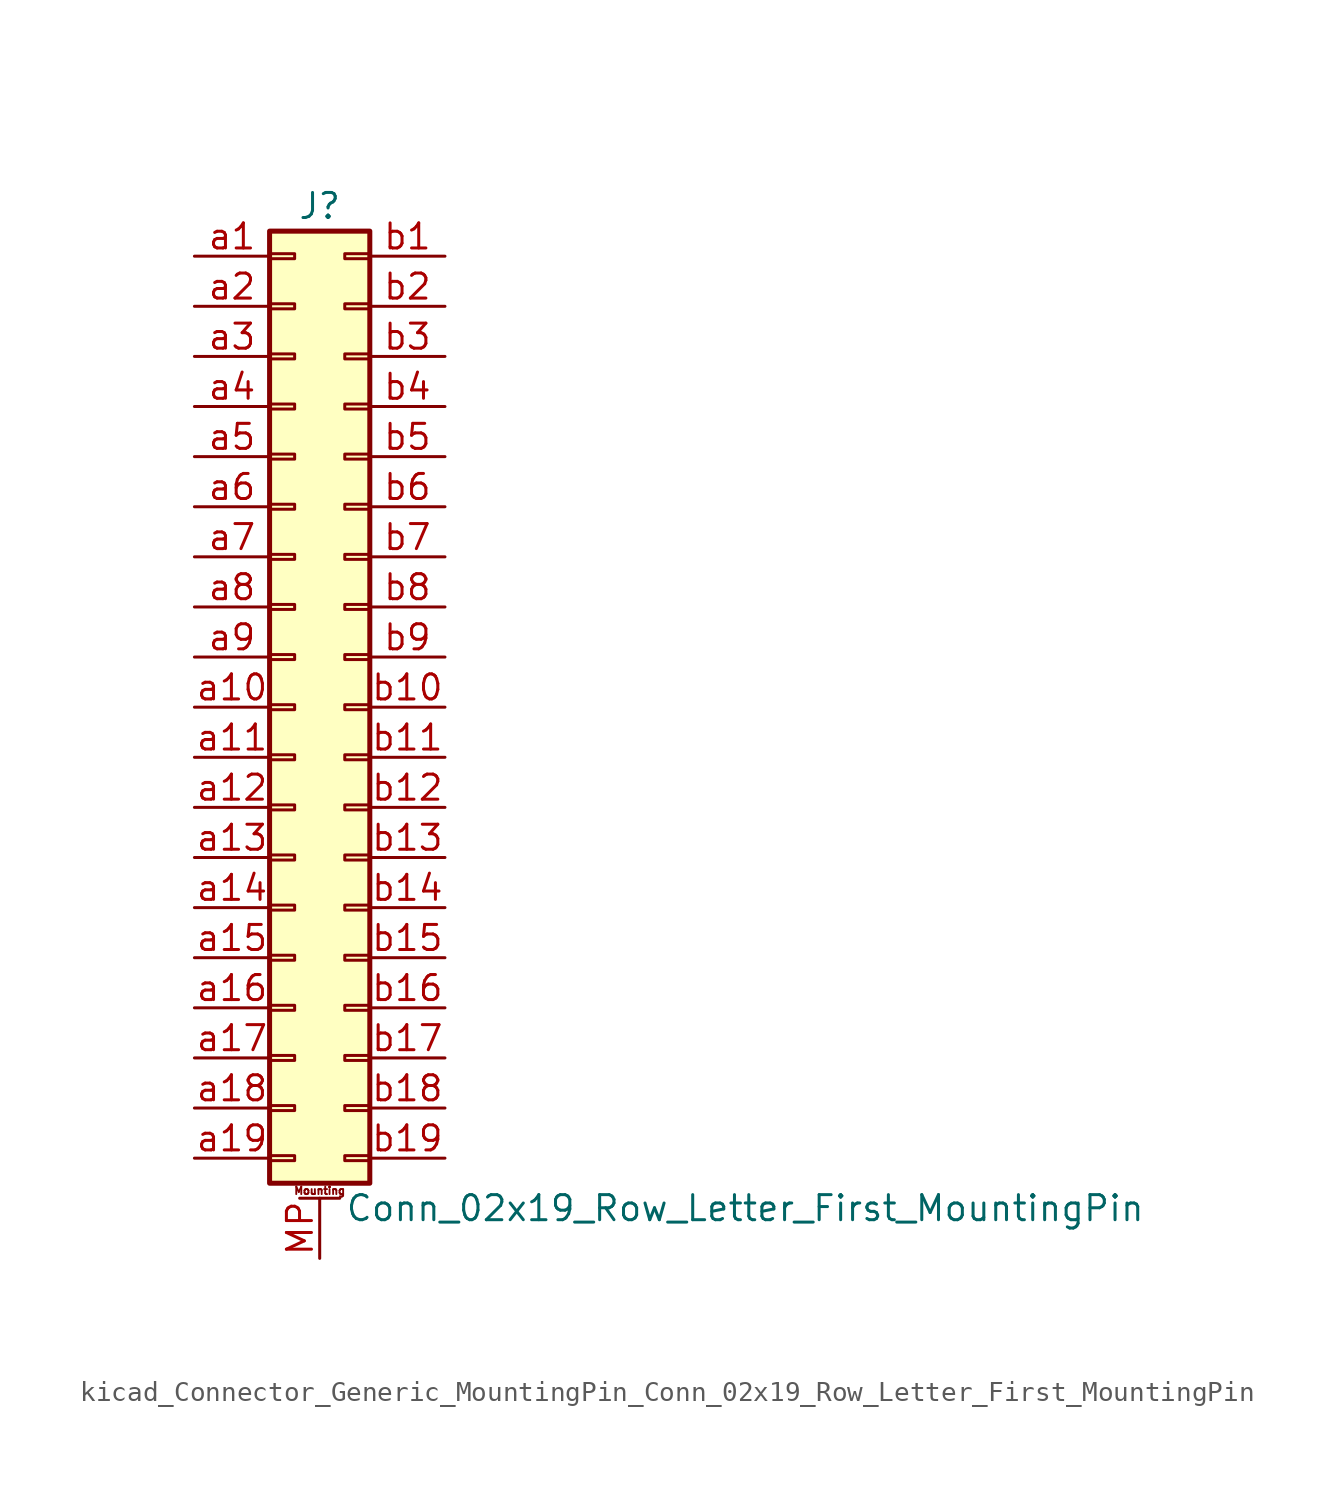
<source format=kicad_sym>
(kicad_symbol_lib
  (version 20220914)
  (generator kicad_symbol_editor)
  (symbol "kicad_Connector_Generic_MountingPin_Conn_02x19_Row_Letter_First_MountingPin"
    (pin_names
      (offset 1.016) hide)
    (property "Reference" "J"
      (at 1.27 25.4 0)
      (effects (font (size 1.27 1.27))))
    (property "Value" "Conn_02x19_Row_Letter_First_MountingPin"
      (at 2.54 -25.4 0)
      (effects (font (size 1.27 1.27)) (justify left)))
    (symbol "kicad_Connector_Generic_MountingPin_Conn_02x19_Row_Letter_First_MountingPin_1_1"
      (rectangle (start -1.27 -22.733) (end 0 -22.987) (stroke (width 0.152) (type default)) (fill (type none)))
      (rectangle (start -1.27 -20.193) (end 0 -20.447) (stroke (width 0.152) (type default)) (fill (type none)))
      (rectangle (start -1.27 -17.653) (end 0 -17.907) (stroke (width 0.152) (type default)) (fill (type none)))
      (rectangle (start -1.27 -15.113) (end 0 -15.367) (stroke (width 0.152) (type default)) (fill (type none)))
      (rectangle (start -1.27 -12.573) (end 0 -12.827) (stroke (width 0.152) (type default)) (fill (type none)))
      (rectangle (start -1.27 -10.033) (end 0 -10.287) (stroke (width 0.152) (type default)) (fill (type none)))
      (rectangle (start -1.27 -7.493) (end 0 -7.747) (stroke (width 0.152) (type default)) (fill (type none)))
      (rectangle (start -1.27 -4.953) (end 0 -5.207) (stroke (width 0.152) (type default)) (fill (type none)))
      (rectangle (start -1.27 -2.413) (end 0 -2.667) (stroke (width 0.152) (type default)) (fill (type none)))
      (rectangle (start -1.27 0.127) (end 0 -0.127) (stroke (width 0.152) (type default)) (fill (type none)))
      (rectangle (start -1.27 2.667) (end 0 2.413) (stroke (width 0.152) (type default)) (fill (type none)))
      (rectangle (start -1.27 5.207) (end 0 4.953) (stroke (width 0.152) (type default)) (fill (type none)))
      (rectangle (start -1.27 7.747) (end 0 7.493) (stroke (width 0.152) (type default)) (fill (type none)))
      (rectangle (start -1.27 10.287) (end 0 10.033) (stroke (width 0.152) (type default)) (fill (type none)))
      (rectangle (start -1.27 12.827) (end 0 12.573) (stroke (width 0.152) (type default)) (fill (type none)))
      (rectangle (start -1.27 15.367) (end 0 15.113) (stroke (width 0.152) (type default)) (fill (type none)))
      (rectangle (start -1.27 17.907) (end 0 17.653) (stroke (width 0.152) (type default)) (fill (type none)))
      (rectangle (start -1.27 20.447) (end 0 20.193) (stroke (width 0.152) (type default)) (fill (type none)))
      (rectangle (start -1.27 22.987) (end 0 22.733) (stroke (width 0.152) (type default)) (fill (type none)))
      (rectangle (start -1.27 24.13) (end 3.81 -24.13) (stroke (width 0.254) (type default)) (fill (type background)))
      (polyline (pts (xy 0.254 -24.892) (xy 2.286 -24.892)) (stroke (width 0.152) (type default)) (fill (type none)))
      (rectangle (start 3.81 -22.733) (end 2.54 -22.987) (stroke (width 0.152) (type default)) (fill (type none)))
      (rectangle (start 3.81 -20.193) (end 2.54 -20.447) (stroke (width 0.152) (type default)) (fill (type none)))
      (rectangle (start 3.81 -17.653) (end 2.54 -17.907) (stroke (width 0.152) (type default)) (fill (type none)))
      (rectangle (start 3.81 -15.113) (end 2.54 -15.367) (stroke (width 0.152) (type default)) (fill (type none)))
      (rectangle (start 3.81 -12.573) (end 2.54 -12.827) (stroke (width 0.152) (type default)) (fill (type none)))
      (rectangle (start 3.81 -10.033) (end 2.54 -10.287) (stroke (width 0.152) (type default)) (fill (type none)))
      (rectangle (start 3.81 -7.493) (end 2.54 -7.747) (stroke (width 0.152) (type default)) (fill (type none)))
      (rectangle (start 3.81 -4.953) (end 2.54 -5.207) (stroke (width 0.152) (type default)) (fill (type none)))
      (rectangle (start 3.81 -2.413) (end 2.54 -2.667) (stroke (width 0.152) (type default)) (fill (type none)))
      (rectangle (start 3.81 0.127) (end 2.54 -0.127) (stroke (width 0.152) (type default)) (fill (type none)))
      (rectangle (start 3.81 2.667) (end 2.54 2.413) (stroke (width 0.152) (type default)) (fill (type none)))
      (rectangle (start 3.81 5.207) (end 2.54 4.953) (stroke (width 0.152) (type default)) (fill (type none)))
      (rectangle (start 3.81 7.747) (end 2.54 7.493) (stroke (width 0.152) (type default)) (fill (type none)))
      (rectangle (start 3.81 10.287) (end 2.54 10.033) (stroke (width 0.152) (type default)) (fill (type none)))
      (rectangle (start 3.81 12.827) (end 2.54 12.573) (stroke (width 0.152) (type default)) (fill (type none)))
      (rectangle (start 3.81 15.367) (end 2.54 15.113) (stroke (width 0.152) (type default)) (fill (type none)))
      (rectangle (start 3.81 17.907) (end 2.54 17.653) (stroke (width 0.152) (type default)) (fill (type none)))
      (rectangle (start 3.81 20.447) (end 2.54 20.193) (stroke (width 0.152) (type default)) (fill (type none)))
      (rectangle (start 3.81 22.987) (end 2.54 22.733) (stroke (width 0.152) (type default)) (fill (type none)))
      (text "Mounting" (at 1.27 -24.511 0) (effects (font (size 0.381 0.381))))
      (pin passive line (at 1.27 -27.94 90) (length 3.048) (name "MountPin" (effects (font (size 1.27 1.27)))) (number "MP" (effects (font (size 1.27 1.27)))))
      (pin passive line (at -5.08 22.86 0) (length 3.81) (name "Pin_a1" (effects (font (size 1.27 1.27)))) (number "a1" (effects (font (size 1.27 1.27)))))
      (pin passive line (at -5.08 0 0) (length 3.81) (name "Pin_a10" (effects (font (size 1.27 1.27)))) (number "a10" (effects (font (size 1.27 1.27)))))
      (pin passive line (at -5.08 -2.54 0) (length 3.81) (name "Pin_a11" (effects (font (size 1.27 1.27)))) (number "a11" (effects (font (size 1.27 1.27)))))
      (pin passive line (at -5.08 -5.08 0) (length 3.81) (name "Pin_a12" (effects (font (size 1.27 1.27)))) (number "a12" (effects (font (size 1.27 1.27)))))
      (pin passive line (at -5.08 -7.62 0) (length 3.81) (name "Pin_a13" (effects (font (size 1.27 1.27)))) (number "a13" (effects (font (size 1.27 1.27)))))
      (pin passive line (at -5.08 -10.16 0) (length 3.81) (name "Pin_a14" (effects (font (size 1.27 1.27)))) (number "a14" (effects (font (size 1.27 1.27)))))
      (pin passive line (at -5.08 -12.7 0) (length 3.81) (name "Pin_a15" (effects (font (size 1.27 1.27)))) (number "a15" (effects (font (size 1.27 1.27)))))
      (pin passive line (at -5.08 -15.24 0) (length 3.81) (name "Pin_a16" (effects (font (size 1.27 1.27)))) (number "a16" (effects (font (size 1.27 1.27)))))
      (pin passive line (at -5.08 -17.78 0) (length 3.81) (name "Pin_a17" (effects (font (size 1.27 1.27)))) (number "a17" (effects (font (size 1.27 1.27)))))
      (pin passive line (at -5.08 -20.32 0) (length 3.81) (name "Pin_a18" (effects (font (size 1.27 1.27)))) (number "a18" (effects (font (size 1.27 1.27)))))
      (pin passive line (at -5.08 -22.86 0) (length 3.81) (name "Pin_a19" (effects (font (size 1.27 1.27)))) (number "a19" (effects (font (size 1.27 1.27)))))
      (pin passive line (at -5.08 20.32 0) (length 3.81) (name "Pin_a2" (effects (font (size 1.27 1.27)))) (number "a2" (effects (font (size 1.27 1.27)))))
      (pin passive line (at -5.08 17.78 0) (length 3.81) (name "Pin_a3" (effects (font (size 1.27 1.27)))) (number "a3" (effects (font (size 1.27 1.27)))))
      (pin passive line (at -5.08 15.24 0) (length 3.81) (name "Pin_a4" (effects (font (size 1.27 1.27)))) (number "a4" (effects (font (size 1.27 1.27)))))
      (pin passive line (at -5.08 12.7 0) (length 3.81) (name "Pin_a5" (effects (font (size 1.27 1.27)))) (number "a5" (effects (font (size 1.27 1.27)))))
      (pin passive line (at -5.08 10.16 0) (length 3.81) (name "Pin_a6" (effects (font (size 1.27 1.27)))) (number "a6" (effects (font (size 1.27 1.27)))))
      (pin passive line (at -5.08 7.62 0) (length 3.81) (name "Pin_a7" (effects (font (size 1.27 1.27)))) (number "a7" (effects (font (size 1.27 1.27)))))
      (pin passive line (at -5.08 5.08 0) (length 3.81) (name "Pin_a8" (effects (font (size 1.27 1.27)))) (number "a8" (effects (font (size 1.27 1.27)))))
      (pin passive line (at -5.08 2.54 0) (length 3.81) (name "Pin_a9" (effects (font (size 1.27 1.27)))) (number "a9" (effects (font (size 1.27 1.27)))))
      (pin passive line (at 7.62 22.86 180) (length 3.81) (name "Pin_b1" (effects (font (size 1.27 1.27)))) (number "b1" (effects (font (size 1.27 1.27)))))
      (pin passive line (at 7.62 0 180) (length 3.81) (name "Pin_b10" (effects (font (size 1.27 1.27)))) (number "b10" (effects (font (size 1.27 1.27)))))
      (pin passive line (at 7.62 -2.54 180) (length 3.81) (name "Pin_b11" (effects (font (size 1.27 1.27)))) (number "b11" (effects (font (size 1.27 1.27)))))
      (pin passive line (at 7.62 -5.08 180) (length 3.81) (name "Pin_b12" (effects (font (size 1.27 1.27)))) (number "b12" (effects (font (size 1.27 1.27)))))
      (pin passive line (at 7.62 -7.62 180) (length 3.81) (name "Pin_b13" (effects (font (size 1.27 1.27)))) (number "b13" (effects (font (size 1.27 1.27)))))
      (pin passive line (at 7.62 -10.16 180) (length 3.81) (name "Pin_b14" (effects (font (size 1.27 1.27)))) (number "b14" (effects (font (size 1.27 1.27)))))
      (pin passive line (at 7.62 -12.7 180) (length 3.81) (name "Pin_b15" (effects (font (size 1.27 1.27)))) (number "b15" (effects (font (size 1.27 1.27)))))
      (pin passive line (at 7.62 -15.24 180) (length 3.81) (name "Pin_b16" (effects (font (size 1.27 1.27)))) (number "b16" (effects (font (size 1.27 1.27)))))
      (pin passive line (at 7.62 -17.78 180) (length 3.81) (name "Pin_b17" (effects (font (size 1.27 1.27)))) (number "b17" (effects (font (size 1.27 1.27)))))
      (pin passive line (at 7.62 -20.32 180) (length 3.81) (name "Pin_b18" (effects (font (size 1.27 1.27)))) (number "b18" (effects (font (size 1.27 1.27)))))
      (pin passive line (at 7.62 -22.86 180) (length 3.81) (name "Pin_b19" (effects (font (size 1.27 1.27)))) (number "b19" (effects (font (size 1.27 1.27)))))
      (pin passive line (at 7.62 20.32 180) (length 3.81) (name "Pin_b2" (effects (font (size 1.27 1.27)))) (number "b2" (effects (font (size 1.27 1.27)))))
      (pin passive line (at 7.62 17.78 180) (length 3.81) (name "Pin_b3" (effects (font (size 1.27 1.27)))) (number "b3" (effects (font (size 1.27 1.27)))))
      (pin passive line (at 7.62 15.24 180) (length 3.81) (name "Pin_b4" (effects (font (size 1.27 1.27)))) (number "b4" (effects (font (size 1.27 1.27)))))
      (pin passive line (at 7.62 12.7 180) (length 3.81) (name "Pin_b5" (effects (font (size 1.27 1.27)))) (number "b5" (effects (font (size 1.27 1.27)))))
      (pin passive line (at 7.62 10.16 180) (length 3.81) (name "Pin_b6" (effects (font (size 1.27 1.27)))) (number "b6" (effects (font (size 1.27 1.27)))))
      (pin passive line (at 7.62 7.62 180) (length 3.81) (name "Pin_b7" (effects (font (size 1.27 1.27)))) (number "b7" (effects (font (size 1.27 1.27)))))
      (pin passive line (at 7.62 5.08 180) (length 3.81) (name "Pin_b8" (effects (font (size 1.27 1.27)))) (number "b8" (effects (font (size 1.27 1.27)))))
      (pin passive line (at 7.62 2.54 180) (length 3.81) (name "Pin_b9" (effects (font (size 1.27 1.27)))) (number "b9" (effects (font (size 1.27 1.27))))))))
</source>
